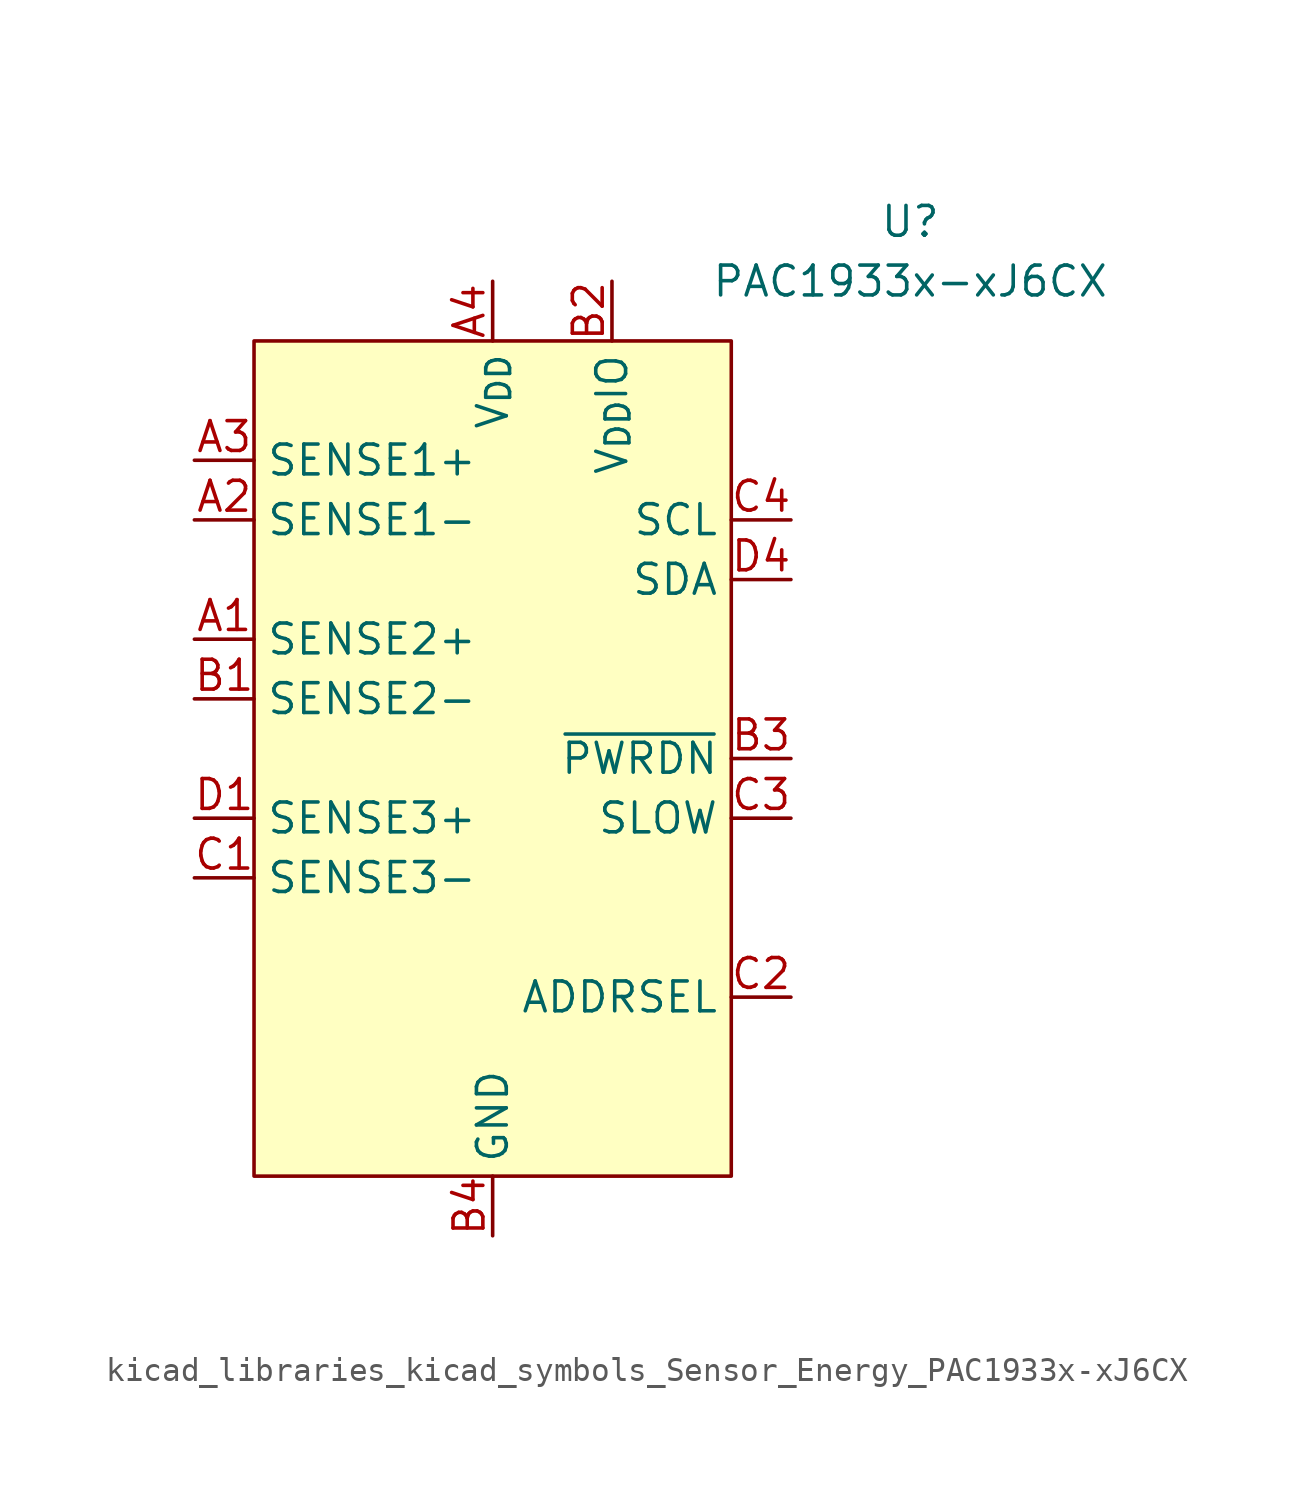
<source format=kicad_sym>
(kicad_symbol_lib
  (version 20220914)
  (generator kicad_symbol_editor)
  (symbol "kicad_libraries_kicad_symbols_Sensor_Energy_PAC1933x-xJ6CX"
    (property "Reference" "U"
      (at 17.78 22.86 0)
      (effects (font (size 1.27 1.27))))
    (property "Value" "PAC1933x-xJ6CX"
      (at 17.78 20.32 0)
      (effects (font (size 1.27 1.27))))
    (symbol "kicad_libraries_kicad_symbols_Sensor_Energy_PAC1933x-xJ6CX_0_0"
      (pin input line (at -12.7 5.08 0) (length 2.54) (name "SENSE2+" (effects (font (size 1.27 1.27)))) (number "A1" (effects (font (size 1.27 1.27)))))
      (pin input line (at -12.7 10.16 0) (length 2.54) (name "SENSE1-" (effects (font (size 1.27 1.27)))) (number "A2" (effects (font (size 1.27 1.27)))))
      (pin input line (at -12.7 12.7 0) (length 2.54) (name "SENSE1+" (effects (font (size 1.27 1.27)))) (number "A3" (effects (font (size 1.27 1.27)))))
      (pin power_in line (at 0 20.32 270) (length 2.54) (name "V_{DD}" (effects (font (size 1.27 1.27)))) (number "A4" (effects (font (size 1.27 1.27)))))
      (pin input line (at -12.7 2.54 0) (length 2.54) (name "SENSE2-" (effects (font (size 1.27 1.27)))) (number "B1" (effects (font (size 1.27 1.27)))))
      (pin input line (at 5.08 20.32 270) (length 2.54) (name "V_{DD}IO" (effects (font (size 1.27 1.27)))) (number "B2" (effects (font (size 1.27 1.27)))))
      (pin input line (at 12.7 0 180) (length 2.54) (name "~{PWRDN}" (effects (font (size 1.27 1.27)))) (number "B3" (effects (font (size 1.27 1.27)))))
      (pin power_in line (at 0 -20.32 90) (length 2.54) (name "GND" (effects (font (size 1.27 1.27)))) (number "B4" (effects (font (size 1.27 1.27)))))
      (pin input line (at -12.7 -5.08 0) (length 2.54) (name "SENSE3-" (effects (font (size 1.27 1.27)))) (number "C1" (effects (font (size 1.27 1.27)))))
      (pin passive line (at 12.7 -10.16 180) (length 2.54) (name "ADDRSEL" (effects (font (size 1.27 1.27)))) (number "C2" (effects (font (size 1.27 1.27)))))
      (pin input line (at 12.7 -2.54 180) (length 2.54) (name "SLOW" (effects (font (size 1.27 1.27)))) (number "C3" (effects (font (size 1.27 1.27)))) (alternate "~{ALERT1}" open_collector line))
      (pin input line (at 12.7 10.16 180) (length 2.54) (name "SCL" (effects (font (size 1.27 1.27)))) (number "C4" (effects (font (size 1.27 1.27)))) (alternate "SM_CLK" input line))
      (pin input line (at -12.7 -2.54 0) (length 2.54) (name "SENSE3+" (effects (font (size 1.27 1.27)))) (number "D1" (effects (font (size 1.27 1.27)))))
      (pin passive line (at 0 -20.32 90) (length 2.54) hide (name "GND" (effects (font (size 1.27 1.27)))) (number "D2" (effects (font (size 1.27 1.27)))))
      (pin passive line (at 0 -20.32 90) (length 2.54) hide (name "GND" (effects (font (size 1.27 1.27)))) (number "D3" (effects (font (size 1.27 1.27)))))
      (pin bidirectional line (at 12.7 7.62 180) (length 2.54) (name "SDA" (effects (font (size 1.27 1.27)))) (number "D4" (effects (font (size 1.27 1.27)))) (alternate "SM_DATA" bidirectional line)))
    (symbol "kicad_libraries_kicad_symbols_Sensor_Energy_PAC1933x-xJ6CX_0_1"
      (rectangle (start -10.16 17.78) (end 10.16 -17.78) (stroke (width 0) (type default)) (fill (type background))))))
</source>
